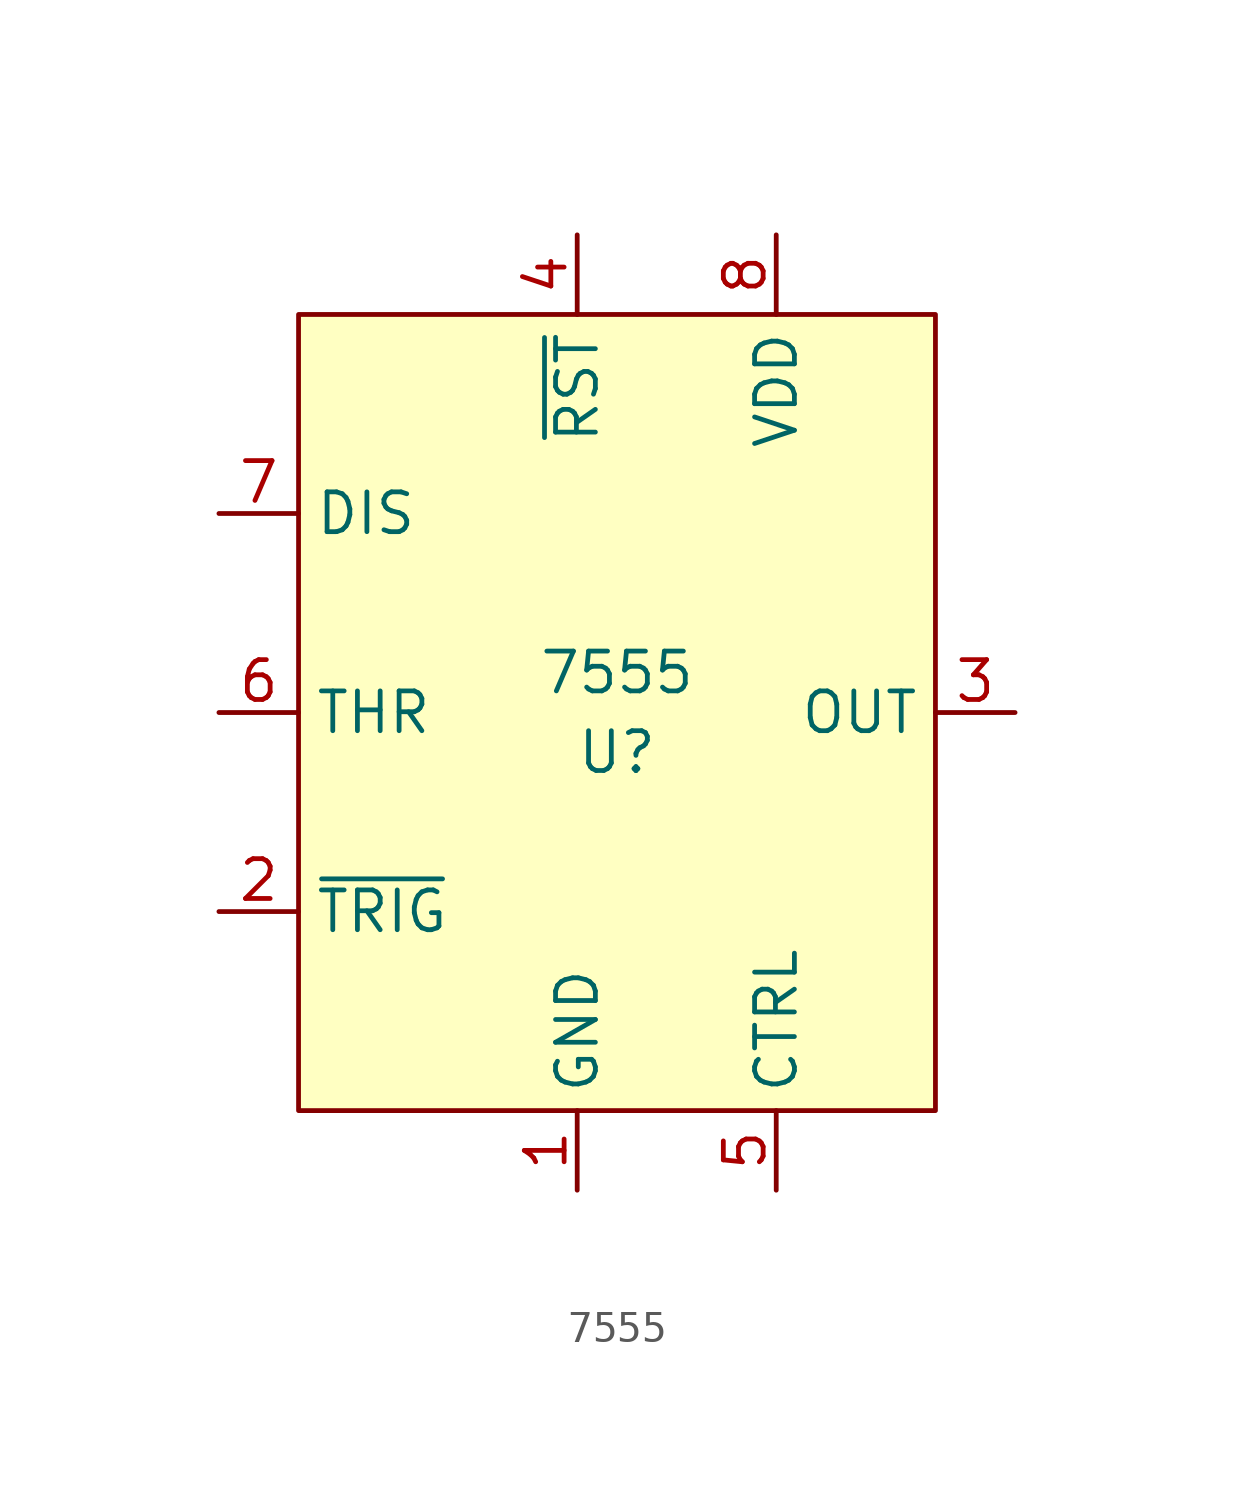
<source format=kicad_sym>
(kicad_symbol_lib
  (version 20211014)
  (generator kicad_symbol_editor)
  (symbol "7555"
    (property "Reference" "U"
      (at 0 -1.27 0)
      (effects (font (size 1.27 1.27))))
    (property "Value" "7555"
      (at 0 1.27 0)
      (effects (font (size 1.27 1.27))))
    (symbol "7555_0_1"
      (rectangle (start -10.16 12.7) (end 10.16 -12.7) (stroke (width 0) (type default) (color 0 0 0 0)) (fill (type background))))
    (symbol "7555_1_1"
      (pin power_in line (at -1.27 -15.24 90) (length 2.54) (name "GND" (effects (font (size 1.27 1.27)))) (number "1" (effects (font (size 1.27 1.27)))))
      (pin input line (at -12.7 -6.35 0) (length 2.54) (name "~{TRIG}" (effects (font (size 1.27 1.27)))) (number "2" (effects (font (size 1.27 1.27)))))
      (pin output line (at 12.7 0 180) (length 2.54) (name "OUT" (effects (font (size 1.27 1.27)))) (number "3" (effects (font (size 1.27 1.27)))))
      (pin input line (at -1.27 15.24 270) (length 2.54) (name "~{RST}" (effects (font (size 1.27 1.27)))) (number "4" (effects (font (size 1.27 1.27)))))
      (pin input line (at 5.08 -15.24 90) (length 2.54) (name "CTRL" (effects (font (size 1.27 1.27)))) (number "5" (effects (font (size 1.27 1.27)))))
      (pin input line (at -12.7 0 0) (length 2.54) (name "THR" (effects (font (size 1.27 1.27)))) (number "6" (effects (font (size 1.27 1.27)))))
      (pin input line (at -12.7 6.35 0) (length 2.54) (name "DIS" (effects (font (size 1.27 1.27)))) (number "7" (effects (font (size 1.27 1.27)))))
      (pin power_in line (at 5.08 15.24 270) (length 2.54) (name "VDD" (effects (font (size 1.27 1.27)))) (number "8" (effects (font (size 1.27 1.27))))))))
</source>
